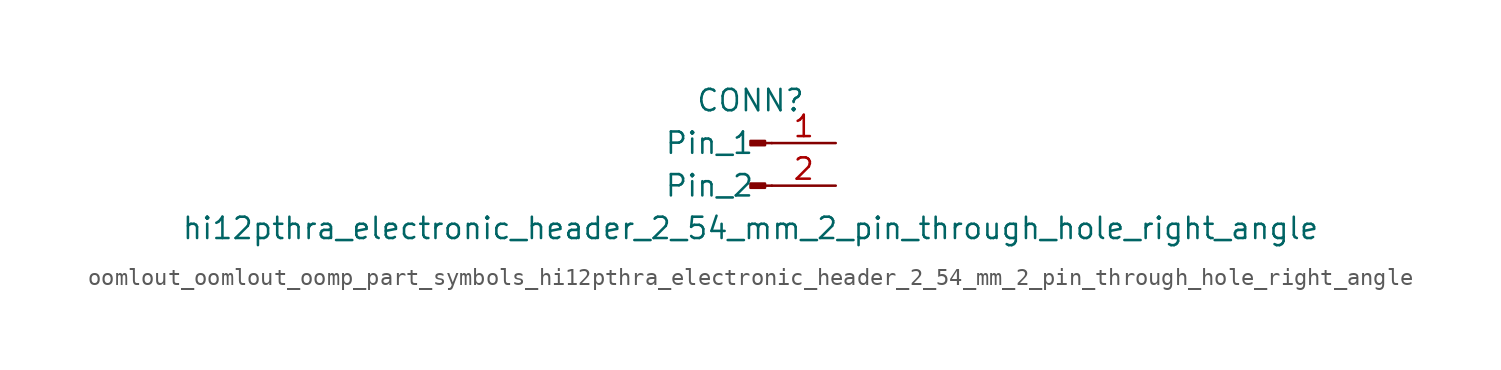
<source format=kicad_sym>
(kicad_symbol_lib
  (version 20220914)
  (generator kicad_symbol_editor)
  (symbol "oomlout_oomlout_oomp_part_symbols_hi12pthra_electronic_header_2_54_mm_2_pin_through_hole_right_angle"
    (pin_names
      (offset 1.016))
    (property "Reference" "CONN"
      (at 0 2.54 0)
      (effects (font (size 1.27 1.27))))
    (property "Value" "hi12pthra_electronic_header_2_54_mm_2_pin_through_hole_right_angle"
      (at 0 -5.08 0)
      (effects (font (size 1.27 1.27))))
    (property "ki_locked" ""
      (at 0 0 0)
      (effects (font (size 1.27 1.27))))
    (symbol "oomlout_oomlout_oomp_part_symbols_hi12pthra_electronic_header_2_54_mm_2_pin_through_hole_right_angle_1_1"
      (polyline (pts (xy 1.27 -2.54) (xy 0.864 -2.54)) (stroke (width 0.152) (type default)) (fill (type none)))
      (polyline (pts (xy 1.27 0) (xy 0.864 0)) (stroke (width 0.152) (type default)) (fill (type none)))
      (rectangle (start 0.864 -2.413) (end 0 -2.667) (stroke (width 0.152) (type default)) (fill (type outline)))
      (rectangle (start 0.864 0.127) (end 0 -0.127) (stroke (width 0.152) (type default)) (fill (type outline)))
      (pin passive line (at 5.08 0 180) (length 3.81) (name "Pin_1" (effects (font (size 1.27 1.27)))) (number "1" (effects (font (size 1.27 1.27)))))
      (pin passive line (at 5.08 -2.54 180) (length 3.81) (name "Pin_2" (effects (font (size 1.27 1.27)))) (number "2" (effects (font (size 1.27 1.27))))))))
</source>
